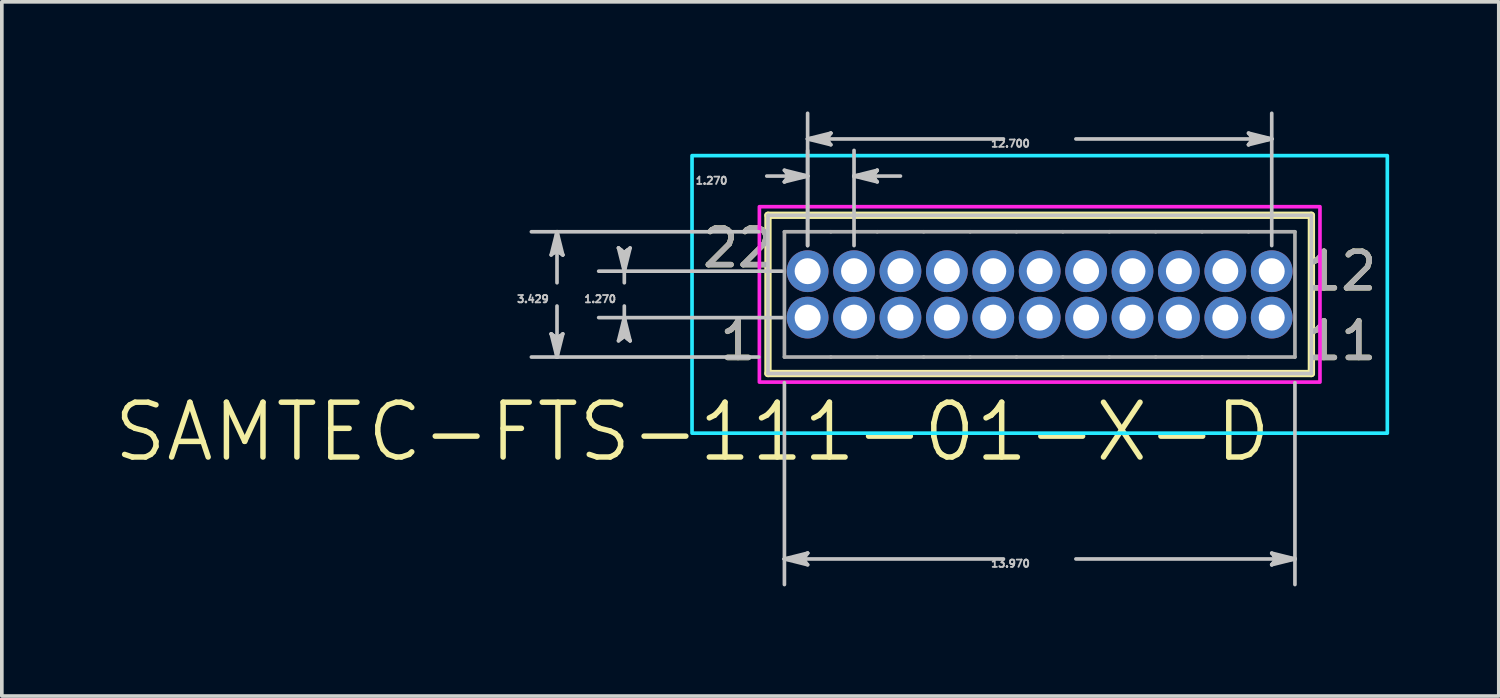
<source format=kicad_pcb>
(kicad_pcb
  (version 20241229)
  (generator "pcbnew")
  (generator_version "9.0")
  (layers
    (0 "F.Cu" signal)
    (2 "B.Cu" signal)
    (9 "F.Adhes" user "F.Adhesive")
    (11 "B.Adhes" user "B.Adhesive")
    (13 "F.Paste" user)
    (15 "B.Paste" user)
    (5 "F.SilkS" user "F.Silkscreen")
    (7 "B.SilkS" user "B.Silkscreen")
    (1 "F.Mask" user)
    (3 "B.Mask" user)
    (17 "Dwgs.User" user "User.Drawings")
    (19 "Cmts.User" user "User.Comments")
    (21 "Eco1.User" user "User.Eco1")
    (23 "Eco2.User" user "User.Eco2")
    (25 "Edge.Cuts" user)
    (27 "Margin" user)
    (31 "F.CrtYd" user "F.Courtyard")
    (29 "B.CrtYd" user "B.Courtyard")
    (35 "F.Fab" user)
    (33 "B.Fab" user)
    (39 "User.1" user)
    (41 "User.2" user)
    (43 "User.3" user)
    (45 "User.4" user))
  (footprint "SAMTEC-FTS-111-01-X-D"
    (layer "F.Cu")
    (at 25.4 5.006)
    (property "Reference" "SAMTEC-FTS-111-01-X-D" (at -9.504 3.764 0) (layer "F.SilkS") (effects (font (size 1.5 1.5) (thickness 0.15))))
    (attr through_hole)
    (fp_circle (center -6.35 -0.635) (end -5.728 -0.635) (stroke (width 0) (type solid)) (fill yes) (layer "F.Mask"))
    (fp_circle (center -6.35 0.635) (end -5.728 0.635) (stroke (width 0) (type solid)) (fill yes) (layer "F.Mask"))
    (fp_circle (center -5.08 -0.635) (end -4.458 -0.635) (stroke (width 0) (type solid)) (fill yes) (layer "F.Mask"))
    (fp_circle (center -5.08 0.635) (end -4.458 0.635) (stroke (width 0) (type solid)) (fill yes) (layer "F.Mask"))
    (fp_circle (center -3.81 -0.635) (end -3.188 -0.635) (stroke (width 0) (type solid)) (fill yes) (layer "F.Mask"))
    (fp_circle (center -3.81 0.635) (end -3.188 0.635) (stroke (width 0) (type solid)) (fill yes) (layer "F.Mask"))
    (fp_circle (center -2.54 -0.635) (end -1.918 -0.635) (stroke (width 0) (type solid)) (fill yes) (layer "F.Mask"))
    (fp_circle (center -2.54 0.635) (end -1.918 0.635) (stroke (width 0) (type solid)) (fill yes) (layer "F.Mask"))
    (fp_circle (center -1.27 -0.635) (end -0.648 -0.635) (stroke (width 0) (type solid)) (fill yes) (layer "F.Mask"))
    (fp_circle (center -1.27 0.635) (end -0.648 0.635) (stroke (width 0) (type solid)) (fill yes) (layer "F.Mask"))
    (fp_circle (center 0 -0.635) (end 0.622 -0.635) (stroke (width 0) (type solid)) (fill yes) (layer "F.Mask"))
    (fp_circle (center 0 0.635) (end 0.622 0.635) (stroke (width 0) (type solid)) (fill yes) (layer "F.Mask"))
    (fp_circle (center 1.27 -0.635) (end 1.892 -0.635) (stroke (width 0) (type solid)) (fill yes) (layer "F.Mask"))
    (fp_circle (center 1.27 0.635) (end 1.892 0.635) (stroke (width 0) (type solid)) (fill yes) (layer "F.Mask"))
    (fp_circle (center 2.54 -0.635) (end 3.162 -0.635) (stroke (width 0) (type solid)) (fill yes) (layer "F.Mask"))
    (fp_circle (center 2.54 0.635) (end 3.162 0.635) (stroke (width 0) (type solid)) (fill yes) (layer "F.Mask"))
    (fp_circle (center 3.81 -0.635) (end 4.432 -0.635) (stroke (width 0) (type solid)) (fill yes) (layer "F.Mask"))
    (fp_circle (center 3.81 0.635) (end 4.432 0.635) (stroke (width 0) (type solid)) (fill yes) (layer "F.Mask"))
    (fp_circle (center 5.08 -0.635) (end 5.702 -0.635) (stroke (width 0) (type solid)) (fill yes) (layer "F.Mask"))
    (fp_circle (center 5.08 0.635) (end 5.702 0.635) (stroke (width 0) (type solid)) (fill yes) (layer "F.Mask"))
    (fp_circle (center 6.35 -0.635) (end 6.972 -0.635) (stroke (width 0) (type solid)) (fill yes) (layer "F.Mask"))
    (fp_circle (center 6.35 0.635) (end 6.972 0.635) (stroke (width 0) (type solid)) (fill yes) (layer "F.Mask"))
    (fp_circle (center -6.35 -0.635) (end -5.728 -0.635) (stroke (width 0) (type solid)) (fill yes) (layer "B.Mask"))
    (fp_circle (center -6.35 0.635) (end -5.728 0.635) (stroke (width 0) (type solid)) (fill yes) (layer "B.Mask"))
    (fp_circle (center -5.08 -0.635) (end -4.458 -0.635) (stroke (width 0) (type solid)) (fill yes) (layer "B.Mask"))
    (fp_circle (center -5.08 0.635) (end -4.458 0.635) (stroke (width 0) (type solid)) (fill yes) (layer "B.Mask"))
    (fp_circle (center -3.81 -0.635) (end -3.188 -0.635) (stroke (width 0) (type solid)) (fill yes) (layer "B.Mask"))
    (fp_circle (center -3.81 0.635) (end -3.188 0.635) (stroke (width 0) (type solid)) (fill yes) (layer "B.Mask"))
    (fp_circle (center -2.54 -0.635) (end -1.918 -0.635) (stroke (width 0) (type solid)) (fill yes) (layer "B.Mask"))
    (fp_circle (center -2.54 0.635) (end -1.918 0.635) (stroke (width 0) (type solid)) (fill yes) (layer "B.Mask"))
    (fp_circle (center -1.27 -0.635) (end -0.648 -0.635) (stroke (width 0) (type solid)) (fill yes) (layer "B.Mask"))
    (fp_circle (center -1.27 0.635) (end -0.648 0.635) (stroke (width 0) (type solid)) (fill yes) (layer "B.Mask"))
    (fp_circle (center 0 -0.635) (end 0.622 -0.635) (stroke (width 0) (type solid)) (fill yes) (layer "B.Mask"))
    (fp_circle (center 0 0.635) (end 0.622 0.635) (stroke (width 0) (type solid)) (fill yes) (layer "B.Mask"))
    (fp_circle (center 1.27 -0.635) (end 1.892 -0.635) (stroke (width 0) (type solid)) (fill yes) (layer "B.Mask"))
    (fp_circle (center 1.27 0.635) (end 1.892 0.635) (stroke (width 0) (type solid)) (fill yes) (layer "B.Mask"))
    (fp_circle (center 2.54 -0.635) (end 3.162 -0.635) (stroke (width 0) (type solid)) (fill yes) (layer "B.Mask"))
    (fp_circle (center 2.54 0.635) (end 3.162 0.635) (stroke (width 0) (type solid)) (fill yes) (layer "B.Mask"))
    (fp_circle (center 3.81 -0.635) (end 4.432 -0.635) (stroke (width 0) (type solid)) (fill yes) (layer "B.Mask"))
    (fp_circle (center 3.81 0.635) (end 4.432 0.635) (stroke (width 0) (type solid)) (fill yes) (layer "B.Mask"))
    (fp_circle (center 5.08 -0.635) (end 5.702 -0.635) (stroke (width 0) (type solid)) (fill yes) (layer "B.Mask"))
    (fp_circle (center 5.08 0.635) (end 5.702 0.635) (stroke (width 0) (type solid)) (fill yes) (layer "B.Mask"))
    (fp_circle (center 6.35 -0.635) (end 6.972 -0.635) (stroke (width 0) (type solid)) (fill yes) (layer "B.Mask"))
    (fp_circle (center 6.35 0.635) (end 6.972 0.635) (stroke (width 0) (type solid)) (fill yes) (layer "B.Mask"))
    (fp_line (start -7.435 -2.165) (end -7.435 2.165) (stroke (width 0.2) (type solid)) (layer "F.SilkS"))
    (fp_line (start -7.435 2.165) (end 7.435 2.165) (stroke (width 0.2) (type solid)) (layer "F.SilkS"))
    (fp_line (start 7.435 -2.165) (end -7.435 -2.165) (stroke (width 0.2) (type solid)) (layer "F.SilkS"))
    (fp_line (start 7.435 2.165) (end 7.435 -2.165) (stroke (width 0.2) (type solid)) (layer "F.SilkS"))
    (fp_line (start -13.367 -1.08) (end -13.208 -1.206) (stroke (width 0.1) (type solid)) (layer "Dwgs.User"))
    (fp_line (start -13.367 1.08) (end -13.208 1.714) (stroke (width 0.1) (type solid)) (layer "Dwgs.User"))
    (fp_line (start -13.287 -1.143) (end -13.208 -1.206) (stroke (width 0.1) (type solid)) (layer "Dwgs.User"))
    (fp_line (start -13.287 1.143) (end -13.367 1.08) (stroke (width 0.1) (type solid)) (layer "Dwgs.User"))
    (fp_line (start -13.208 -1.714) (end -13.367 -1.08) (stroke (width 0.1) (type solid)) (layer "Dwgs.User"))
    (fp_line (start -13.208 -1.714) (end -13.287 -1.143) (stroke (width 0.1) (type solid)) (layer "Dwgs.User"))
    (fp_line (start -13.208 -1.714) (end -13.129 -1.143) (stroke (width 0.1) (type solid)) (layer "Dwgs.User"))
    (fp_line (start -13.208 -1.206) (end -13.208 -1.714) (stroke (width 0.1) (type solid)) (layer "Dwgs.User"))
    (fp_line (start -13.208 -1.206) (end -13.049 -1.08) (stroke (width 0.1) (type solid)) (layer "Dwgs.User"))
    (fp_line (start -13.208 -0.318) (end -13.208 -1.714) (stroke (width 0.1) (type solid)) (layer "Dwgs.User"))
    (fp_line (start -13.208 0.318) (end -13.208 1.714) (stroke (width 0.1) (type solid)) (layer "Dwgs.User"))
    (fp_line (start -13.208 1.206) (end -13.367 1.08) (stroke (width 0.1) (type solid)) (layer "Dwgs.User"))
    (fp_line (start -13.208 1.206) (end -13.208 1.714) (stroke (width 0.1) (type solid)) (layer "Dwgs.User"))
    (fp_line (start -13.208 1.714) (end -13.287 1.143) (stroke (width 0.1) (type solid)) (layer "Dwgs.User"))
    (fp_line (start -13.208 1.714) (end -13.129 1.143) (stroke (width 0.1) (type solid)) (layer "Dwgs.User"))
    (fp_line (start -13.208 1.714) (end -13.049 1.08) (stroke (width 0.1) (type solid)) (layer "Dwgs.User"))
    (fp_line (start -13.129 -1.143) (end -13.049 -1.08) (stroke (width 0.1) (type solid)) (layer "Dwgs.User"))
    (fp_line (start -13.129 1.143) (end -13.208 1.206) (stroke (width 0.1) (type solid)) (layer "Dwgs.User"))
    (fp_line (start -13.049 -1.08) (end -13.208 -1.714) (stroke (width 0.1) (type solid)) (layer "Dwgs.User"))
    (fp_line (start -13.049 1.08) (end -13.208 1.206) (stroke (width 0.1) (type solid)) (layer "Dwgs.User"))
    (fp_line (start -11.525 -1.27) (end -11.366 -0.635) (stroke (width 0.1) (type solid)) (layer "Dwgs.User"))
    (fp_line (start -11.525 1.27) (end -11.366 1.143) (stroke (width 0.1) (type solid)) (layer "Dwgs.User"))
    (fp_line (start -11.446 -1.206) (end -11.525 -1.27) (stroke (width 0.1) (type solid)) (layer "Dwgs.User"))
    (fp_line (start -11.446 1.206) (end -11.366 1.143) (stroke (width 0.1) (type solid)) (layer "Dwgs.User"))
    (fp_line (start -11.366 -1.143) (end -11.525 -1.27) (stroke (width 0.1) (type solid)) (layer "Dwgs.User"))
    (fp_line (start -11.366 -1.143) (end -11.366 -0.635) (stroke (width 0.1) (type solid)) (layer "Dwgs.User"))
    (fp_line (start -11.366 -0.635) (end -11.446 -1.206) (stroke (width 0.1) (type solid)) (layer "Dwgs.User"))
    (fp_line (start -11.366 -0.635) (end -11.287 -1.206) (stroke (width 0.1) (type solid)) (layer "Dwgs.User"))
    (fp_line (start -11.366 -0.635) (end -11.208 -1.27) (stroke (width 0.1) (type solid)) (layer "Dwgs.User"))
    (fp_line (start -11.366 -0.318) (end -11.366 -0.635) (stroke (width 0.1) (type solid)) (layer "Dwgs.User"))
    (fp_line (start -11.366 0.318) (end -11.366 0.635) (stroke (width 0.1) (type solid)) (layer "Dwgs.User"))
    (fp_line (start -11.366 0.635) (end -11.525 1.27) (stroke (width 0.1) (type solid)) (layer "Dwgs.User"))
    (fp_line (start -11.366 0.635) (end -11.446 1.206) (stroke (width 0.1) (type solid)) (layer "Dwgs.User"))
    (fp_line (start -11.366 0.635) (end -11.287 1.206) (stroke (width 0.1) (type solid)) (layer "Dwgs.User"))
    (fp_line (start -11.366 1.143) (end -11.366 0.635) (stroke (width 0.1) (type solid)) (layer "Dwgs.User"))
    (fp_line (start -11.366 1.143) (end -11.208 1.27) (stroke (width 0.1) (type solid)) (layer "Dwgs.User"))
    (fp_line (start -11.287 -1.206) (end -11.366 -1.143) (stroke (width 0.1) (type solid)) (layer "Dwgs.User"))
    (fp_line (start -11.287 1.206) (end -11.208 1.27) (stroke (width 0.1) (type solid)) (layer "Dwgs.User"))
    (fp_line (start -11.208 -1.27) (end -11.366 -1.143) (stroke (width 0.1) (type solid)) (layer "Dwgs.User"))
    (fp_line (start -11.208 1.27) (end -11.366 0.635) (stroke (width 0.1) (type solid)) (layer "Dwgs.User"))
    (fp_line (start -7.686 -1.714) (end -13.909 -1.714) (stroke (width 0.1) (type solid)) (layer "Dwgs.User"))
    (fp_line (start -7.686 1.714) (end -13.909 1.714) (stroke (width 0.1) (type solid)) (layer "Dwgs.User"))
    (fp_line (start -7.468 -3.238) (end -6.35 -3.238) (stroke (width 0.1) (type solid)) (layer "Dwgs.User"))
    (fp_line (start -7.435 -2.165) (end -7.435 2.165) (stroke (width 0.1) (type solid)) (layer "Dwgs.User"))
    (fp_line (start -7.435 2.165) (end 7.435 2.165) (stroke (width 0.1) (type solid)) (layer "Dwgs.User"))
    (fp_line (start -7.051 -0.635) (end -12.068 -0.635) (stroke (width 0.1) (type solid)) (layer "Dwgs.User"))
    (fp_line (start -7.051 0.635) (end -12.068 0.635) (stroke (width 0.1) (type solid)) (layer "Dwgs.User"))
    (fp_line (start -6.985 -3.397) (end -6.858 -3.238) (stroke (width 0.1) (type solid)) (layer "Dwgs.User"))
    (fp_line (start -6.985 -3.08) (end -6.35 -3.238) (stroke (width 0.1) (type solid)) (layer "Dwgs.User"))
    (fp_line (start -6.985 2.416) (end -6.985 7.94) (stroke (width 0.1) (type solid)) (layer "Dwgs.User"))
    (fp_line (start -6.985 7.239) (end -6.414 7.16) (stroke (width 0.1) (type solid)) (layer "Dwgs.User"))
    (fp_line (start -6.985 7.239) (end -6.414 7.318) (stroke (width 0.1) (type solid)) (layer "Dwgs.User"))
    (fp_line (start -6.985 7.239) (end -6.35 7.398) (stroke (width 0.1) (type solid)) (layer "Dwgs.User"))
    (fp_line (start -6.922 -3.318) (end -6.858 -3.238) (stroke (width 0.1) (type solid)) (layer "Dwgs.User"))
    (fp_line (start -6.922 -3.159) (end -6.985 -3.08) (stroke (width 0.1) (type solid)) (layer "Dwgs.User"))
    (fp_line (start -6.858 -3.238) (end -6.985 -3.08) (stroke (width 0.1) (type solid)) (layer "Dwgs.User"))
    (fp_line (start -6.858 -3.238) (end -6.35 -3.238) (stroke (width 0.1) (type solid)) (layer "Dwgs.User"))
    (fp_line (start -6.477 7.239) (end -6.985 7.239) (stroke (width 0.1) (type solid)) (layer "Dwgs.User"))
    (fp_line (start -6.477 7.239) (end -6.35 7.08) (stroke (width 0.1) (type solid)) (layer "Dwgs.User"))
    (fp_line (start -6.414 7.16) (end -6.35 7.08) (stroke (width 0.1) (type solid)) (layer "Dwgs.User"))
    (fp_line (start -6.414 7.318) (end -6.477 7.239) (stroke (width 0.1) (type solid)) (layer "Dwgs.User"))
    (fp_line (start -6.35 -4.254) (end -5.778 -4.334) (stroke (width 0.1) (type solid)) (layer "Dwgs.User"))
    (fp_line (start -6.35 -4.254) (end -5.778 -4.175) (stroke (width 0.1) (type solid)) (layer "Dwgs.User"))
    (fp_line (start -6.35 -4.254) (end -5.715 -4.096) (stroke (width 0.1) (type solid)) (layer "Dwgs.User"))
    (fp_line (start -6.35 -3.238) (end -6.985 -3.397) (stroke (width 0.1) (type solid)) (layer "Dwgs.User"))
    (fp_line (start -6.35 -3.238) (end -6.922 -3.318) (stroke (width 0.1) (type solid)) (layer "Dwgs.User"))
    (fp_line (start -6.35 -3.238) (end -6.922 -3.159) (stroke (width 0.1) (type solid)) (layer "Dwgs.User"))
    (fp_line (start -6.35 -1.336) (end -6.35 -4.956) (stroke (width 0.1) (type solid)) (layer "Dwgs.User"))
    (fp_line (start -6.35 -1.336) (end -6.35 -3.94) (stroke (width 0.1) (type solid)) (layer "Dwgs.User"))
    (fp_line (start -6.35 7.08) (end -6.985 7.239) (stroke (width 0.1) (type solid)) (layer "Dwgs.User"))
    (fp_line (start -6.35 7.398) (end -6.477 7.239) (stroke (width 0.1) (type solid)) (layer "Dwgs.User"))
    (fp_line (start -5.842 -4.254) (end -6.35 -4.254) (stroke (width 0.1) (type solid)) (layer "Dwgs.User"))
    (fp_line (start -5.842 -4.254) (end -5.715 -4.413) (stroke (width 0.1) (type solid)) (layer "Dwgs.User"))
    (fp_line (start -5.778 -4.334) (end -5.715 -4.413) (stroke (width 0.1) (type solid)) (layer "Dwgs.User"))
    (fp_line (start -5.778 -4.175) (end -5.842 -4.254) (stroke (width 0.1) (type solid)) (layer "Dwgs.User"))
    (fp_line (start -5.715 -4.413) (end -6.35 -4.254) (stroke (width 0.1) (type solid)) (layer "Dwgs.User"))
    (fp_line (start -5.715 -4.096) (end -5.842 -4.254) (stroke (width 0.1) (type solid)) (layer "Dwgs.User"))
    (fp_line (start -5.08 -3.238) (end -4.508 -3.318) (stroke (width 0.1) (type solid)) (layer "Dwgs.User"))
    (fp_line (start -5.08 -3.238) (end -4.508 -3.159) (stroke (width 0.1) (type solid)) (layer "Dwgs.User"))
    (fp_line (start -5.08 -3.238) (end -4.445 -3.08) (stroke (width 0.1) (type solid)) (layer "Dwgs.User"))
    (fp_line (start -5.08 -1.336) (end -5.08 -3.94) (stroke (width 0.1) (type solid)) (layer "Dwgs.User"))
    (fp_line (start -4.572 -3.238) (end -5.08 -3.238) (stroke (width 0.1) (type solid)) (layer "Dwgs.User"))
    (fp_line (start -4.572 -3.238) (end -4.445 -3.397) (stroke (width 0.1) (type solid)) (layer "Dwgs.User"))
    (fp_line (start -4.508 -3.318) (end -4.445 -3.397) (stroke (width 0.1) (type solid)) (layer "Dwgs.User"))
    (fp_line (start -4.508 -3.159) (end -4.572 -3.238) (stroke (width 0.1) (type solid)) (layer "Dwgs.User"))
    (fp_line (start -4.445 -3.397) (end -5.08 -3.238) (stroke (width 0.1) (type solid)) (layer "Dwgs.User"))
    (fp_line (start -4.445 -3.08) (end -4.572 -3.238) (stroke (width 0.1) (type solid)) (layer "Dwgs.User"))
    (fp_line (start -3.81 -3.238) (end -5.08 -3.238) (stroke (width 0.1) (type solid)) (layer "Dwgs.User"))
    (fp_line (start -0.991 -4.254) (end -6.35 -4.254) (stroke (width 0.1) (type solid)) (layer "Dwgs.User"))
    (fp_line (start -0.991 7.239) (end -6.985 7.239) (stroke (width 0.1) (type solid)) (layer "Dwgs.User"))
    (fp_line (start 0.991 -4.254) (end 6.35 -4.254) (stroke (width 0.1) (type solid)) (layer "Dwgs.User"))
    (fp_line (start 0.991 7.239) (end 6.985 7.239) (stroke (width 0.1) (type solid)) (layer "Dwgs.User"))
    (fp_line (start 5.715 -4.413) (end 5.842 -4.254) (stroke (width 0.1) (type solid)) (layer "Dwgs.User"))
    (fp_line (start 5.715 -4.096) (end 6.35 -4.254) (stroke (width 0.1) (type solid)) (layer "Dwgs.User"))
    (fp_line (start 5.778 -4.334) (end 5.842 -4.254) (stroke (width 0.1) (type solid)) (layer "Dwgs.User"))
    (fp_line (start 5.778 -4.175) (end 5.715 -4.096) (stroke (width 0.1) (type solid)) (layer "Dwgs.User"))
    (fp_line (start 5.842 -4.254) (end 5.715 -4.096) (stroke (width 0.1) (type solid)) (layer "Dwgs.User"))
    (fp_line (start 5.842 -4.254) (end 6.35 -4.254) (stroke (width 0.1) (type solid)) (layer "Dwgs.User"))
    (fp_line (start 6.35 -4.254) (end 5.715 -4.413) (stroke (width 0.1) (type solid)) (layer "Dwgs.User"))
    (fp_line (start 6.35 -4.254) (end 5.778 -4.334) (stroke (width 0.1) (type solid)) (layer "Dwgs.User"))
    (fp_line (start 6.35 -4.254) (end 5.778 -4.175) (stroke (width 0.1) (type solid)) (layer "Dwgs.User"))
    (fp_line (start 6.35 -1.336) (end 6.35 -4.956) (stroke (width 0.1) (type solid)) (layer "Dwgs.User"))
    (fp_line (start 6.35 7.08) (end 6.477 7.239) (stroke (width 0.1) (type solid)) (layer "Dwgs.User"))
    (fp_line (start 6.35 7.398) (end 6.985 7.239) (stroke (width 0.1) (type solid)) (layer "Dwgs.User"))
    (fp_line (start 6.414 7.16) (end 6.477 7.239) (stroke (width 0.1) (type solid)) (layer "Dwgs.User"))
    (fp_line (start 6.414 7.318) (end 6.35 7.398) (stroke (width 0.1) (type solid)) (layer "Dwgs.User"))
    (fp_line (start 6.477 7.239) (end 6.35 7.398) (stroke (width 0.1) (type solid)) (layer "Dwgs.User"))
    (fp_line (start 6.477 7.239) (end 6.985 7.239) (stroke (width 0.1) (type solid)) (layer "Dwgs.User"))
    (fp_line (start 6.985 2.416) (end 6.985 7.94) (stroke (width 0.1) (type solid)) (layer "Dwgs.User"))
    (fp_line (start 6.985 7.239) (end 6.35 7.08) (stroke (width 0.1) (type solid)) (layer "Dwgs.User"))
    (fp_line (start 6.985 7.239) (end 6.414 7.16) (stroke (width 0.1) (type solid)) (layer "Dwgs.User"))
    (fp_line (start 6.985 7.239) (end 6.414 7.318) (stroke (width 0.1) (type solid)) (layer "Dwgs.User"))
    (fp_line (start 7.435 -2.165) (end -7.435 -2.165) (stroke (width 0.1) (type solid)) (layer "Dwgs.User"))
    (fp_line (start 7.435 2.165) (end 7.435 -2.165) (stroke (width 0.1) (type solid)) (layer "Dwgs.User"))
    (fp_poly (pts (xy -9.513 3.798) (xy -9.513 -3.798) (xy 9.513 -3.798) (xy 9.513 3.798) (xy -9.513 3.798)) (stroke (width 0.1) (type solid)) (fill no) (layer "B.CrtYd"))
    (fp_poly (pts (xy -7.67 2.4) (xy -7.67 -2.4) (xy 7.67 -2.4) (xy 7.67 2.4) (xy -7.67 2.4)) (stroke (width 0.1) (type solid)) (fill no) (layer "F.CrtYd"))
    (fp_line (start -6.985 -1.714) (end -5.715 -1.714) (stroke (width 0.1) (type solid)) (layer "F.Fab"))
    (fp_line (start -6.985 1.714) (end -6.985 -1.714) (stroke (width 0.1) (type solid)) (layer "F.Fab"))
    (fp_line (start -6.553 -0.838) (end -6.553 -0.432) (stroke (width 0.1) (type solid)) (layer "F.Fab"))
    (fp_line (start -6.553 -0.432) (end -6.147 -0.432) (stroke (width 0.1) (type solid)) (layer "F.Fab"))
    (fp_line (start -6.553 0.432) (end -6.553 0.838) (stroke (width 0.1) (type solid)) (layer "F.Fab"))
    (fp_line (start -6.553 0.838) (end -6.147 0.838) (stroke (width 0.1) (type solid)) (layer "F.Fab"))
    (fp_line (start -6.147 -0.838) (end -6.553 -0.838) (stroke (width 0.1) (type solid)) (layer "F.Fab"))
    (fp_line (start -6.147 -0.432) (end -6.147 -0.838) (stroke (width 0.1) (type solid)) (layer "F.Fab"))
    (fp_line (start -6.147 0.432) (end -6.553 0.432) (stroke (width 0.1) (type solid)) (layer "F.Fab"))
    (fp_line (start -6.147 0.838) (end -6.147 0.432) (stroke (width 0.1) (type solid)) (layer "F.Fab"))
    (fp_line (start -5.715 1.714) (end -6.985 1.714) (stroke (width 0.1) (type solid)) (layer "F.Fab"))
    (fp_line (start -5.715 1.714) (end -4.445 1.714) (stroke (width 0.1) (type solid)) (layer "F.Fab"))
    (fp_line (start -5.283 -0.838) (end -4.877 -0.838) (stroke (width 0.1) (type solid)) (layer "F.Fab"))
    (fp_line (start -5.283 -0.432) (end -5.283 -0.838) (stroke (width 0.1) (type solid)) (layer "F.Fab"))
    (fp_line (start -5.283 0.432) (end -4.877 0.432) (stroke (width 0.1) (type solid)) (layer "F.Fab"))
    (fp_line (start -5.283 0.838) (end -5.283 0.432) (stroke (width 0.1) (type solid)) (layer "F.Fab"))
    (fp_line (start -4.877 -0.838) (end -4.877 -0.432) (stroke (width 0.1) (type solid)) (layer "F.Fab"))
    (fp_line (start -4.877 -0.432) (end -5.283 -0.432) (stroke (width 0.1) (type solid)) (layer "F.Fab"))
    (fp_line (start -4.877 0.432) (end -4.877 0.838) (stroke (width 0.1) (type solid)) (layer "F.Fab"))
    (fp_line (start -4.877 0.838) (end -5.283 0.838) (stroke (width 0.1) (type solid)) (layer "F.Fab"))
    (fp_line (start -4.445 -1.714) (end -5.715 -1.714) (stroke (width 0.1) (type solid)) (layer "F.Fab"))
    (fp_line (start -4.445 1.714) (end -3.175 1.714) (stroke (width 0.1) (type solid)) (layer "F.Fab"))
    (fp_line (start -4.013 -0.838) (end -3.607 -0.838) (stroke (width 0.1) (type solid)) (layer "F.Fab"))
    (fp_line (start -4.013 -0.432) (end -4.013 -0.838) (stroke (width 0.1) (type solid)) (layer "F.Fab"))
    (fp_line (start -4.013 0.432) (end -3.607 0.432) (stroke (width 0.1) (type solid)) (layer "F.Fab"))
    (fp_line (start -4.013 0.838) (end -4.013 0.432) (stroke (width 0.1) (type solid)) (layer "F.Fab"))
    (fp_line (start -3.607 -0.838) (end -3.607 -0.432) (stroke (width 0.1) (type solid)) (layer "F.Fab"))
    (fp_line (start -3.607 -0.432) (end -4.013 -0.432) (stroke (width 0.1) (type solid)) (layer "F.Fab"))
    (fp_line (start -3.607 0.432) (end -3.607 0.838) (stroke (width 0.1) (type solid)) (layer "F.Fab"))
    (fp_line (start -3.607 0.838) (end -4.013 0.838) (stroke (width 0.1) (type solid)) (layer "F.Fab"))
    (fp_line (start -3.175 -1.714) (end -4.445 -1.714) (stroke (width 0.1) (type solid)) (layer "F.Fab"))
    (fp_line (start -3.175 1.714) (end -1.905 1.714) (stroke (width 0.1) (type solid)) (layer "F.Fab"))
    (fp_line (start -2.743 -0.838) (end -2.337 -0.838) (stroke (width 0.1) (type solid)) (layer "F.Fab"))
    (fp_line (start -2.743 -0.432) (end -2.743 -0.838) (stroke (width 0.1) (type solid)) (layer "F.Fab"))
    (fp_line (start -2.743 0.432) (end -2.337 0.432) (stroke (width 0.1) (type solid)) (layer "F.Fab"))
    (fp_line (start -2.743 0.838) (end -2.743 0.432) (stroke (width 0.1) (type solid)) (layer "F.Fab"))
    (fp_line (start -2.337 -0.838) (end -2.337 -0.432) (stroke (width 0.1) (type solid)) (layer "F.Fab"))
    (fp_line (start -2.337 -0.432) (end -2.743 -0.432) (stroke (width 0.1) (type solid)) (layer "F.Fab"))
    (fp_line (start -2.337 0.432) (end -2.337 0.838) (stroke (width 0.1) (type solid)) (layer "F.Fab"))
    (fp_line (start -2.337 0.838) (end -2.743 0.838) (stroke (width 0.1) (type solid)) (layer "F.Fab"))
    (fp_line (start -1.905 -1.714) (end -3.175 -1.714) (stroke (width 0.1) (type solid)) (layer "F.Fab"))
    (fp_line (start -1.905 1.714) (end -0.635 1.714) (stroke (width 0.1) (type solid)) (layer "F.Fab"))
    (fp_line (start -1.473 -0.838) (end -1.067 -0.838) (stroke (width 0.1) (type solid)) (layer "F.Fab"))
    (fp_line (start -1.473 -0.432) (end -1.473 -0.838) (stroke (width 0.1) (type solid)) (layer "F.Fab"))
    (fp_line (start -1.473 0.432) (end -1.067 0.432) (stroke (width 0.1) (type solid)) (layer "F.Fab"))
    (fp_line (start -1.473 0.838) (end -1.473 0.432) (stroke (width 0.1) (type solid)) (layer "F.Fab"))
    (fp_line (start -1.067 -0.838) (end -1.067 -0.432) (stroke (width 0.1) (type solid)) (layer "F.Fab"))
    (fp_line (start -1.067 -0.432) (end -1.473 -0.432) (stroke (width 0.1) (type solid)) (layer "F.Fab"))
    (fp_line (start -1.067 0.432) (end -1.067 0.838) (stroke (width 0.1) (type solid)) (layer "F.Fab"))
    (fp_line (start -1.067 0.838) (end -1.473 0.838) (stroke (width 0.1) (type solid)) (layer "F.Fab"))
    (fp_line (start -0.635 -1.714) (end -1.905 -1.714) (stroke (width 0.1) (type solid)) (layer "F.Fab"))
    (fp_line (start -0.635 1.714) (end 0.635 1.714) (stroke (width 0.1) (type solid)) (layer "F.Fab"))
    (fp_line (start -0.203 -0.838) (end 0.203 -0.838) (stroke (width 0.1) (type solid)) (layer "F.Fab"))
    (fp_line (start -0.203 -0.432) (end -0.203 -0.838) (stroke (width 0.1) (type solid)) (layer "F.Fab"))
    (fp_line (start -0.203 0.432) (end 0.203 0.432) (stroke (width 0.1) (type solid)) (layer "F.Fab"))
    (fp_line (start -0.203 0.838) (end -0.203 0.432) (stroke (width 0.1) (type solid)) (layer "F.Fab"))
    (fp_line (start 0.203 -0.838) (end 0.203 -0.432) (stroke (width 0.1) (type solid)) (layer "F.Fab"))
    (fp_line (start 0.203 -0.432) (end -0.203 -0.432) (stroke (width 0.1) (type solid)) (layer "F.Fab"))
    (fp_line (start 0.203 0.432) (end 0.203 0.838) (stroke (width 0.1) (type solid)) (layer "F.Fab"))
    (fp_line (start 0.203 0.838) (end -0.203 0.838) (stroke (width 0.1) (type solid)) (layer "F.Fab"))
    (fp_line (start 0.635 -1.714) (end -0.635 -1.714) (stroke (width 0.1) (type solid)) (layer "F.Fab"))
    (fp_line (start 0.635 1.714) (end 1.905 1.714) (stroke (width 0.1) (type solid)) (layer "F.Fab"))
    (fp_line (start 1.067 -0.838) (end 1.473 -0.838) (stroke (width 0.1) (type solid)) (layer "F.Fab"))
    (fp_line (start 1.067 -0.432) (end 1.067 -0.838) (stroke (width 0.1) (type solid)) (layer "F.Fab"))
    (fp_line (start 1.067 0.432) (end 1.473 0.432) (stroke (width 0.1) (type solid)) (layer "F.Fab"))
    (fp_line (start 1.067 0.838) (end 1.067 0.432) (stroke (width 0.1) (type solid)) (layer "F.Fab"))
    (fp_line (start 1.473 -0.838) (end 1.473 -0.432) (stroke (width 0.1) (type solid)) (layer "F.Fab"))
    (fp_line (start 1.473 -0.432) (end 1.067 -0.432) (stroke (width 0.1) (type solid)) (layer "F.Fab"))
    (fp_line (start 1.473 0.432) (end 1.473 0.838) (stroke (width 0.1) (type solid)) (layer "F.Fab"))
    (fp_line (start 1.473 0.838) (end 1.067 0.838) (stroke (width 0.1) (type solid)) (layer "F.Fab"))
    (fp_line (start 1.905 -1.714) (end 0.635 -1.714) (stroke (width 0.1) (type solid)) (layer "F.Fab"))
    (fp_line (start 1.905 1.714) (end 3.175 1.714) (stroke (width 0.1) (type solid)) (layer "F.Fab"))
    (fp_line (start 2.337 -0.838) (end 2.743 -0.838) (stroke (width 0.1) (type solid)) (layer "F.Fab"))
    (fp_line (start 2.337 -0.432) (end 2.337 -0.838) (stroke (width 0.1) (type solid)) (layer "F.Fab"))
    (fp_line (start 2.337 0.432) (end 2.743 0.432) (stroke (width 0.1) (type solid)) (layer "F.Fab"))
    (fp_line (start 2.337 0.838) (end 2.337 0.432) (stroke (width 0.1) (type solid)) (layer "F.Fab"))
    (fp_line (start 2.743 -0.838) (end 2.743 -0.432) (stroke (width 0.1) (type solid)) (layer "F.Fab"))
    (fp_line (start 2.743 -0.432) (end 2.337 -0.432) (stroke (width 0.1) (type solid)) (layer "F.Fab"))
    (fp_line (start 2.743 0.432) (end 2.743 0.838) (stroke (width 0.1) (type solid)) (layer "F.Fab"))
    (fp_line (start 2.743 0.838) (end 2.337 0.838) (stroke (width 0.1) (type solid)) (layer "F.Fab"))
    (fp_line (start 3.175 -1.714) (end 1.905 -1.714) (stroke (width 0.1) (type solid)) (layer "F.Fab"))
    (fp_line (start 3.175 1.714) (end 4.445 1.714) (stroke (width 0.1) (type solid)) (layer "F.Fab"))
    (fp_line (start 3.607 -0.838) (end 4.013 -0.838) (stroke (width 0.1) (type solid)) (layer "F.Fab"))
    (fp_line (start 3.607 -0.432) (end 3.607 -0.838) (stroke (width 0.1) (type solid)) (layer "F.Fab"))
    (fp_line (start 3.607 0.432) (end 4.013 0.432) (stroke (width 0.1) (type solid)) (layer "F.Fab"))
    (fp_line (start 3.607 0.838) (end 3.607 0.432) (stroke (width 0.1) (type solid)) (layer "F.Fab"))
    (fp_line (start 4.013 -0.838) (end 4.013 -0.432) (stroke (width 0.1) (type solid)) (layer "F.Fab"))
    (fp_line (start 4.013 -0.432) (end 3.607 -0.432) (stroke (width 0.1) (type solid)) (layer "F.Fab"))
    (fp_line (start 4.013 0.432) (end 4.013 0.838) (stroke (width 0.1) (type solid)) (layer "F.Fab"))
    (fp_line (start 4.013 0.838) (end 3.607 0.838) (stroke (width 0.1) (type solid)) (layer "F.Fab"))
    (fp_line (start 4.445 -1.714) (end 3.175 -1.714) (stroke (width 0.1) (type solid)) (layer "F.Fab"))
    (fp_line (start 4.445 1.714) (end 5.715 1.714) (stroke (width 0.1) (type solid)) (layer "F.Fab"))
    (fp_line (start 4.877 -0.838) (end 5.283 -0.838) (stroke (width 0.1) (type solid)) (layer "F.Fab"))
    (fp_line (start 4.877 -0.432) (end 4.877 -0.838) (stroke (width 0.1) (type solid)) (layer "F.Fab"))
    (fp_line (start 4.877 0.432) (end 5.283 0.432) (stroke (width 0.1) (type solid)) (layer "F.Fab"))
    (fp_line (start 4.877 0.838) (end 4.877 0.432) (stroke (width 0.1) (type solid)) (layer "F.Fab"))
    (fp_line (start 5.283 -0.838) (end 5.283 -0.432) (stroke (width 0.1) (type solid)) (layer "F.Fab"))
    (fp_line (start 5.283 -0.432) (end 4.877 -0.432) (stroke (width 0.1) (type solid)) (layer "F.Fab"))
    (fp_line (start 5.283 0.432) (end 5.283 0.838) (stroke (width 0.1) (type solid)) (layer "F.Fab"))
    (fp_line (start 5.283 0.838) (end 4.877 0.838) (stroke (width 0.1) (type solid)) (layer "F.Fab"))
    (fp_line (start 5.715 -1.714) (end 4.445 -1.714) (stroke (width 0.1) (type solid)) (layer "F.Fab"))
    (fp_line (start 5.715 1.714) (end 6.985 1.714) (stroke (width 0.1) (type solid)) (layer "F.Fab"))
    (fp_line (start 6.147 -0.838) (end 6.553 -0.838) (stroke (width 0.1) (type solid)) (layer "F.Fab"))
    (fp_line (start 6.147 -0.432) (end 6.147 -0.838) (stroke (width 0.1) (type solid)) (layer "F.Fab"))
    (fp_line (start 6.147 0.432) (end 6.553 0.432) (stroke (width 0.1) (type solid)) (layer "F.Fab"))
    (fp_line (start 6.147 0.838) (end 6.147 0.432) (stroke (width 0.1) (type solid)) (layer "F.Fab"))
    (fp_line (start 6.553 -0.838) (end 6.553 -0.432) (stroke (width 0.1) (type solid)) (layer "F.Fab"))
    (fp_line (start 6.553 -0.432) (end 6.147 -0.432) (stroke (width 0.1) (type solid)) (layer "F.Fab"))
    (fp_line (start 6.553 0.432) (end 6.553 0.838) (stroke (width 0.1) (type solid)) (layer "F.Fab"))
    (fp_line (start 6.553 0.838) (end 6.147 0.838) (stroke (width 0.1) (type solid)) (layer "F.Fab"))
    (fp_line (start 6.985 -1.714) (end 5.715 -1.714) (stroke (width 0.1) (type solid)) (layer "F.Fab"))
    (fp_line (start 6.985 1.714) (end 6.985 -1.714) (stroke (width 0.1) (type solid)) (layer "F.Fab"))
    (fp_text user "22" (at -8.255 -1.27 0) (layer "F.SilkS") (effects (font (size 1 1) (thickness 0.15))))
    (fp_text user "12" (at 8.255 -0.635 0) (layer "F.SilkS") (effects (font (size 1 1) (thickness 0.15))))
    (fp_text user "11" (at 8.255 1.27 0) (layer "F.SilkS") (effects (font (size 1 1) (thickness 0.15))))
    (fp_text user "1" (at -8.255 1.27 0) (layer "F.SilkS") (effects (font (size 1 1) (thickness 0.15))))
    (fp_text user "13.970" (at -0.8 7.366 0) (layer "Dwgs.User") (effects (font (size 0.2 0.2) (thickness 0.15))))
    (fp_text user "12.700" (at -0.8 -4.128 0) (layer "Dwgs.User") (effects (font (size 0.2 0.2) (thickness 0.15))))
    (fp_text user "1.270" (at -12.027 0.127 0) (layer "Dwgs.User") (effects (font (size 0.2 0.2) (thickness 0.15))))
    (fp_text user "3.429" (at -13.868 0.127 0) (layer "Dwgs.User") (effects (font (size 0.2 0.2) (thickness 0.15))))
    (fp_text user "1.270" (at -8.979 -3.112 0) (layer "Dwgs.User") (effects (font (size 0.2 0.2) (thickness 0.15))))
    (fp_text user "1" (at -8.255 1.27 0) (layer "F.Fab") (effects (font (size 1 1) (thickness 0.15))))
    (fp_text user "12" (at 8.255 -0.635 0) (layer "F.Fab") (effects (font (size 1 1) (thickness 0.15))))
    (fp_text user "22" (at -8.255 -1.27 0) (layer "F.Fab") (effects (font (size 1 1) (thickness 0.15))))
    (fp_text user "11" (at 8.255 1.27 0) (layer "F.Fab") (effects (font (size 1 1) (thickness 0.15))))
    (pad "1" thru_hole circle (at -6.35 0.635) (size 1.143 1.143) (drill 0.71) (layers "*.Cu"))
    (pad "2" thru_hole circle (at -5.08 0.635) (size 1.143 1.143) (drill 0.71) (layers "*.Cu"))
    (pad "3" thru_hole circle (at -3.81 0.635) (size 1.143 1.143) (drill 0.71) (layers "*.Cu"))
    (pad "4" thru_hole circle (at -2.54 0.635) (size 1.143 1.143) (drill 0.71) (layers "*.Cu"))
    (pad "5" thru_hole circle (at -1.27 0.635) (size 1.143 1.143) (drill 0.71) (layers "*.Cu"))
    (pad "6" thru_hole circle (at 0 0.635) (size 1.143 1.143) (drill 0.71) (layers "*.Cu"))
    (pad "7" thru_hole circle (at 1.27 0.635) (size 1.143 1.143) (drill 0.71) (layers "*.Cu"))
    (pad "8" thru_hole circle (at 2.54 0.635) (size 1.143 1.143) (drill 0.71) (layers "*.Cu"))
    (pad "9" thru_hole circle (at 3.81 0.635) (size 1.143 1.143) (drill 0.71) (layers "*.Cu"))
    (pad "10" thru_hole circle (at 5.08 0.635) (size 1.143 1.143) (drill 0.71) (layers "*.Cu"))
    (pad "11" thru_hole circle (at 6.35 0.635) (size 1.143 1.143) (drill 0.71) (layers "*.Cu"))
    (pad "12" thru_hole circle (at 6.35 -0.635) (size 1.143 1.143) (drill 0.71) (layers "*.Cu"))
    (pad "13" thru_hole circle (at 5.08 -0.635) (size 1.143 1.143) (drill 0.71) (layers "*.Cu"))
    (pad "14" thru_hole circle (at 3.81 -0.635) (size 1.143 1.143) (drill 0.71) (layers "*.Cu"))
    (pad "15" thru_hole circle (at 2.54 -0.635) (size 1.143 1.143) (drill 0.71) (layers "*.Cu"))
    (pad "16" thru_hole circle (at 1.27 -0.635) (size 1.143 1.143) (drill 0.71) (layers "*.Cu"))
    (pad "17" thru_hole circle (at 0 -0.635) (size 1.143 1.143) (drill 0.71) (layers "*.Cu"))
    (pad "18" thru_hole circle (at -1.27 -0.635) (size 1.143 1.143) (drill 0.71) (layers "*.Cu"))
    (pad "19" thru_hole circle (at -2.54 -0.635) (size 1.143 1.143) (drill 0.71) (layers "*.Cu"))
    (pad "20" thru_hole circle (at -3.81 -0.635) (size 1.143 1.143) (drill 0.71) (layers "*.Cu"))
    (pad "21" thru_hole circle (at -5.08 -0.635) (size 1.143 1.143) (drill 0.71) (layers "*.Cu"))
    (pad "22" thru_hole circle (at -6.35 -0.635) (size 1.143 1.143) (drill 0.71) (layers "*.Cu")))
  (gr_rect
    (start -3 -3)
    (end 37.963 15.996)
    (stroke (width 0.1) (type default))
    (fill no)
    (layer "Edge.Cuts")))
</source>
